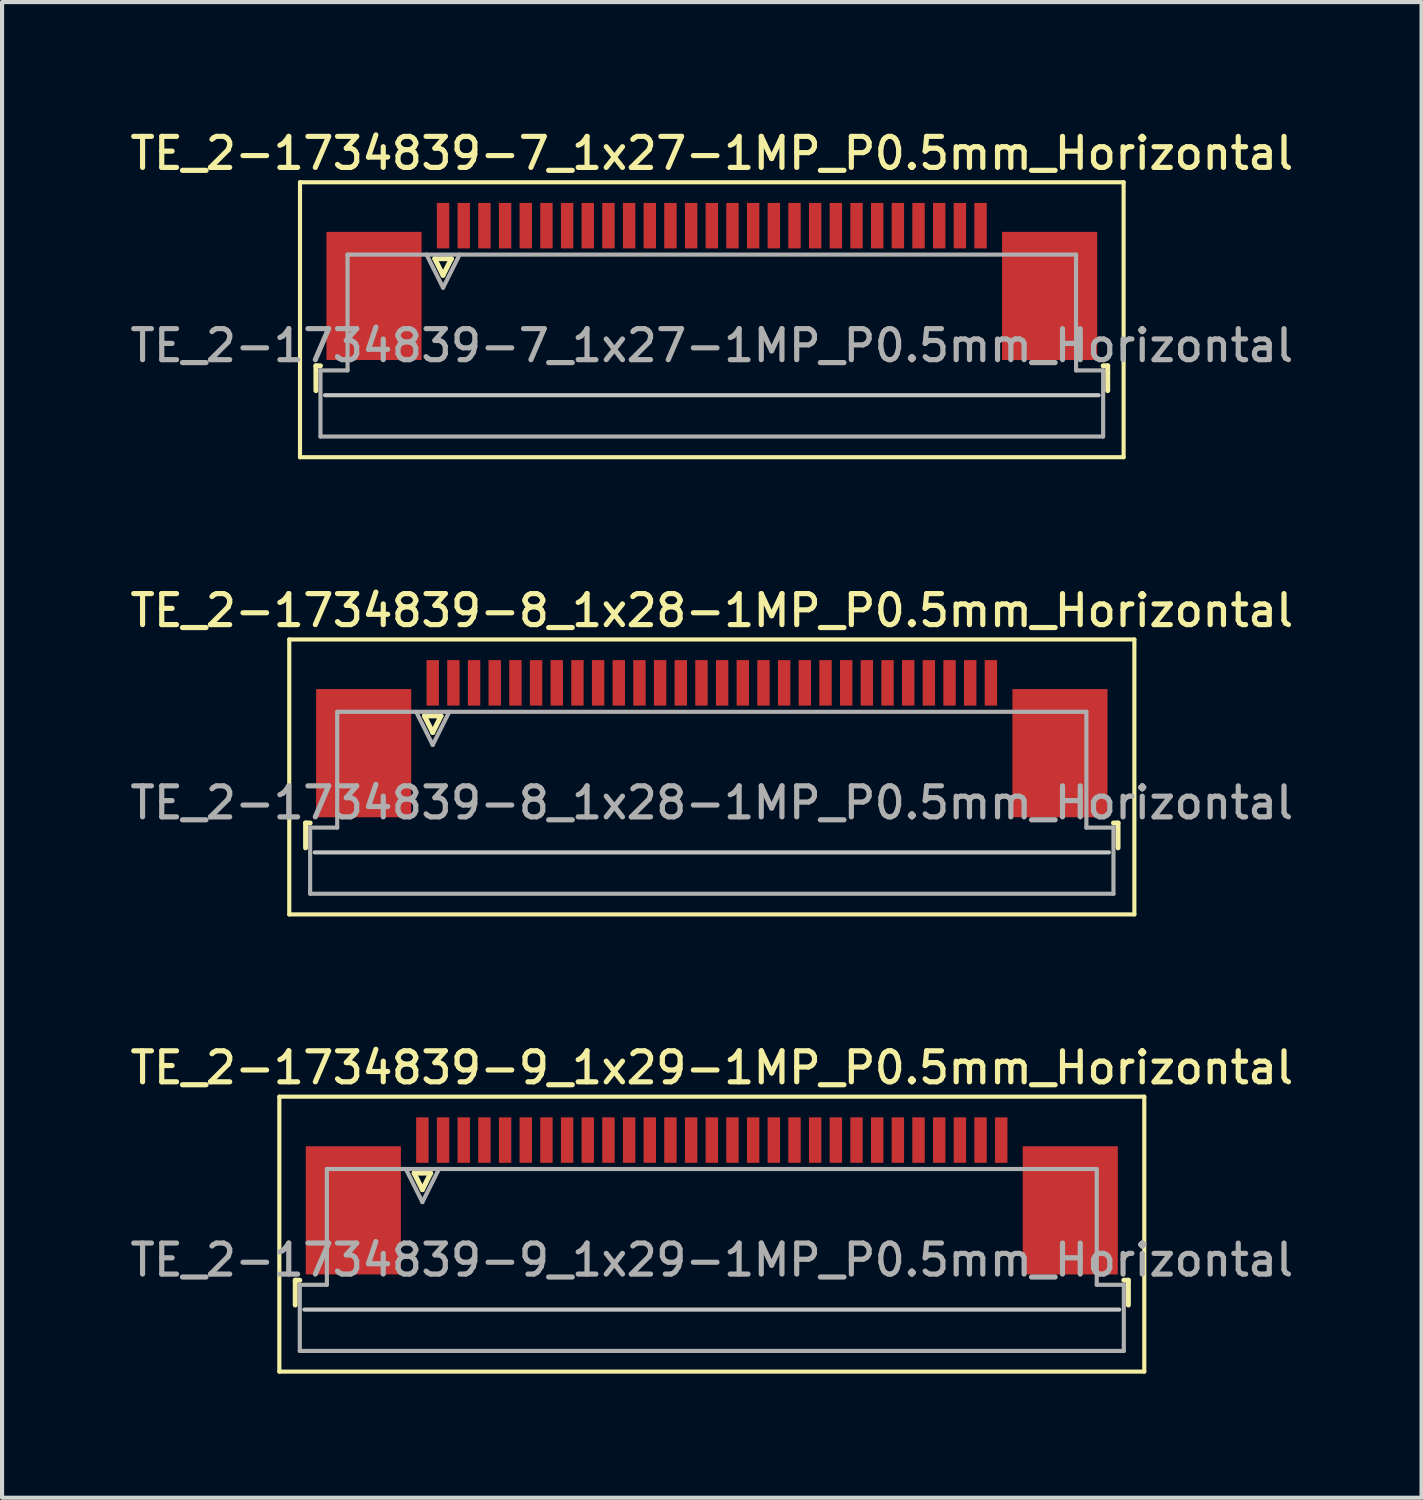
<source format=kicad_pcb>
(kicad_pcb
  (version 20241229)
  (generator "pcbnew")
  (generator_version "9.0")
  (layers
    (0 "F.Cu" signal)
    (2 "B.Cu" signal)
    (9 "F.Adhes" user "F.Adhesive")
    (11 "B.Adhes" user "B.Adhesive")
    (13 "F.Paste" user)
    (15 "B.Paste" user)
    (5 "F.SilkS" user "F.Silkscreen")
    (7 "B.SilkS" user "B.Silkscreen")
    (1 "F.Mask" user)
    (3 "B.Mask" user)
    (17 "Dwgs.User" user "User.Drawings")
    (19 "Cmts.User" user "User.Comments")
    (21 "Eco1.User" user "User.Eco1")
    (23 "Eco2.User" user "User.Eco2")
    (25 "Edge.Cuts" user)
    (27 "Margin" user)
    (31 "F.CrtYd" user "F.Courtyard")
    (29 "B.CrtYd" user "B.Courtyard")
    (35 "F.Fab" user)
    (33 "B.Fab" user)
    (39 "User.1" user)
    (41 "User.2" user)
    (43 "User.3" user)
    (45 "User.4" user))
  (footprint "TE_2-1734839-8_1x28-1MP_P0.5mm_Horizontal"
    (layer "F.Cu")
    (at 14.166 14.816)
    (property "Reference" "TE_2-1734839-8_1x28-1MP_P0.5mm_Horizontal" (at 0 -3.1 0) (layer "F.SilkS") (effects (font (size 0.75 0.75) (thickness 0.125))))
    (attr smd)
    (fp_line (start -10.22 -2.4) (end -10.22 4.25) (stroke (width 0.1) (type solid)) (layer "F.SilkS"))
    (fp_line (start -10.22 4.25) (end 10.22 4.25) (stroke (width 0.1) (type solid)) (layer "F.SilkS"))
    (fp_line (start -9.825 2.04) (end -9.825 2.64) (stroke (width 0.12) (type solid)) (layer "F.SilkS"))
    (fp_line (start -9.715 2.04) (end -9.825 2.04) (stroke (width 0.12) (type solid)) (layer "F.SilkS"))
    (fp_line (start -6.95 -0.55) (end -6.75 -0.15) (stroke (width 0.12) (type solid)) (layer "F.SilkS"))
    (fp_line (start -6.75 -0.15) (end -6.55 -0.55) (stroke (width 0.12) (type solid)) (layer "F.SilkS"))
    (fp_line (start -6.55 -0.55) (end -6.95 -0.55) (stroke (width 0.12) (type solid)) (layer "F.SilkS"))
    (fp_line (start 9.715 2.04) (end 9.825 2.04) (stroke (width 0.12) (type solid)) (layer "F.SilkS"))
    (fp_line (start 9.825 2.04) (end 9.825 2.64) (stroke (width 0.12) (type solid)) (layer "F.SilkS"))
    (fp_line (start 10.22 -2.4) (end -10.22 -2.4) (stroke (width 0.1) (type solid)) (layer "F.SilkS"))
    (fp_line (start 10.22 4.25) (end 10.22 -2.4) (stroke (width 0.1) (type solid)) (layer "F.SilkS"))
    (fp_line (start 9.605 2.75) (end -9.605 2.75) (stroke (width 0.1) (type solid)) (layer "Dwgs.User"))
    (fp_line (start -9.715 2.15) (end -9.06 2.15) (stroke (width 0.1) (type solid)) (layer "F.Fab"))
    (fp_line (start -9.715 3.75) (end -9.715 2.15) (stroke (width 0.1) (type solid)) (layer "F.Fab"))
    (fp_line (start -9.06 -0.65) (end 9.06 -0.65) (stroke (width 0.1) (type solid)) (layer "F.Fab"))
    (fp_line (start -9.06 2.15) (end -9.06 -0.65) (stroke (width 0.1) (type solid)) (layer "F.Fab"))
    (fp_line (start -7.15 -0.65) (end -6.75 0.15) (stroke (width 0.1) (type solid)) (layer "F.Fab"))
    (fp_line (start -6.75 0.15) (end -6.35 -0.65) (stroke (width 0.1) (type solid)) (layer "F.Fab"))
    (fp_line (start 9.06 -0.65) (end 9.06 2.15) (stroke (width 0.1) (type solid)) (layer "F.Fab"))
    (fp_line (start 9.06 2.15) (end 9.715 2.15) (stroke (width 0.1) (type solid)) (layer "F.Fab"))
    (fp_line (start 9.715 2.15) (end 9.715 3.75) (stroke (width 0.1) (type solid)) (layer "F.Fab"))
    (fp_line (start 9.715 3.75) (end -9.715 3.75) (stroke (width 0.1) (type solid)) (layer "F.Fab"))
    (fp_text user "${REFERENCE}" (at 0 1.55 0) (layer "F.Fab") (effects (font (size 0.75 0.75) (thickness 0.125))))
    (pad "1" smd rect (at -6.75 -1.35) (size 0.3 1.1) (layers "F.Cu" "F.Mask" "F.Paste"))
    (pad "2" smd rect (at -6.25 -1.35) (size 0.3 1.1) (layers "F.Cu" "F.Mask" "F.Paste"))
    (pad "3" smd rect (at -5.75 -1.35) (size 0.3 1.1) (layers "F.Cu" "F.Mask" "F.Paste"))
    (pad "4" smd rect (at -5.25 -1.35) (size 0.3 1.1) (layers "F.Cu" "F.Mask" "F.Paste"))
    (pad "5" smd rect (at -4.75 -1.35) (size 0.3 1.1) (layers "F.Cu" "F.Mask" "F.Paste"))
    (pad "6" smd rect (at -4.25 -1.35) (size 0.3 1.1) (layers "F.Cu" "F.Mask" "F.Paste"))
    (pad "7" smd rect (at -3.75 -1.35) (size 0.3 1.1) (layers "F.Cu" "F.Mask" "F.Paste"))
    (pad "8" smd rect (at -3.25 -1.35) (size 0.3 1.1) (layers "F.Cu" "F.Mask" "F.Paste"))
    (pad "9" smd rect (at -2.75 -1.35) (size 0.3 1.1) (layers "F.Cu" "F.Mask" "F.Paste"))
    (pad "10" smd rect (at -2.25 -1.35) (size 0.3 1.1) (layers "F.Cu" "F.Mask" "F.Paste"))
    (pad "11" smd rect (at -1.75 -1.35) (size 0.3 1.1) (layers "F.Cu" "F.Mask" "F.Paste"))
    (pad "12" smd rect (at -1.25 -1.35) (size 0.3 1.1) (layers "F.Cu" "F.Mask" "F.Paste"))
    (pad "13" smd rect (at -0.75 -1.35) (size 0.3 1.1) (layers "F.Cu" "F.Mask" "F.Paste"))
    (pad "14" smd rect (at -0.25 -1.35) (size 0.3 1.1) (layers "F.Cu" "F.Mask" "F.Paste"))
    (pad "15" smd rect (at 0.25 -1.35) (size 0.3 1.1) (layers "F.Cu" "F.Mask" "F.Paste"))
    (pad "16" smd rect (at 0.75 -1.35) (size 0.3 1.1) (layers "F.Cu" "F.Mask" "F.Paste"))
    (pad "17" smd rect (at 1.25 -1.35) (size 0.3 1.1) (layers "F.Cu" "F.Mask" "F.Paste"))
    (pad "18" smd rect (at 1.75 -1.35) (size 0.3 1.1) (layers "F.Cu" "F.Mask" "F.Paste"))
    (pad "19" smd rect (at 2.25 -1.35) (size 0.3 1.1) (layers "F.Cu" "F.Mask" "F.Paste"))
    (pad "20" smd rect (at 2.75 -1.35) (size 0.3 1.1) (layers "F.Cu" "F.Mask" "F.Paste"))
    (pad "21" smd rect (at 3.25 -1.35) (size 0.3 1.1) (layers "F.Cu" "F.Mask" "F.Paste"))
    (pad "22" smd rect (at 3.75 -1.35) (size 0.3 1.1) (layers "F.Cu" "F.Mask" "F.Paste"))
    (pad "23" smd rect (at 4.25 -1.35) (size 0.3 1.1) (layers "F.Cu" "F.Mask" "F.Paste"))
    (pad "24" smd rect (at 4.75 -1.35) (size 0.3 1.1) (layers "F.Cu" "F.Mask" "F.Paste"))
    (pad "25" smd rect (at 5.25 -1.35) (size 0.3 1.1) (layers "F.Cu" "F.Mask" "F.Paste"))
    (pad "26" smd rect (at 5.75 -1.35) (size 0.3 1.1) (layers "F.Cu" "F.Mask" "F.Paste"))
    (pad "27" smd rect (at 6.25 -1.35) (size 0.3 1.1) (layers "F.Cu" "F.Mask" "F.Paste"))
    (pad "28" smd rect (at 6.75 -1.35) (size 0.3 1.1) (layers "F.Cu" "F.Mask" "F.Paste"))
    (pad "MP" smd rect (at -8.42 0.35) (size 2.3 3.1) (layers "F.Cu" "F.Mask" "F.Paste"))
    (pad "MP" smd rect (at 8.42 0.35) (size 2.3 3.1) (layers "F.Cu" "F.Mask" "F.Paste")))
  (footprint "TE_2-1734839-9_1x29-1MP_P0.5mm_Horizontal"
    (layer "F.Cu")
    (at 14.166 25.874)
    (property "Reference" "TE_2-1734839-9_1x29-1MP_P0.5mm_Horizontal" (at 0 -3.1 0) (layer "F.SilkS") (effects (font (size 0.75 0.75) (thickness 0.125))))
    (attr smd)
    (fp_line (start -10.46 -2.4) (end -10.46 4.25) (stroke (width 0.1) (type solid)) (layer "F.SilkS"))
    (fp_line (start -10.46 4.25) (end 10.46 4.25) (stroke (width 0.1) (type solid)) (layer "F.SilkS"))
    (fp_line (start -10.075 2.04) (end -10.075 2.64) (stroke (width 0.12) (type solid)) (layer "F.SilkS"))
    (fp_line (start -9.965 2.04) (end -10.075 2.04) (stroke (width 0.12) (type solid)) (layer "F.SilkS"))
    (fp_line (start -7.2 -0.55) (end -7 -0.15) (stroke (width 0.12) (type solid)) (layer "F.SilkS"))
    (fp_line (start -7 -0.15) (end -6.8 -0.55) (stroke (width 0.12) (type solid)) (layer "F.SilkS"))
    (fp_line (start -6.8 -0.55) (end -7.2 -0.55) (stroke (width 0.12) (type solid)) (layer "F.SilkS"))
    (fp_line (start 9.965 2.04) (end 10.075 2.04) (stroke (width 0.12) (type solid)) (layer "F.SilkS"))
    (fp_line (start 10.075 2.04) (end 10.075 2.64) (stroke (width 0.12) (type solid)) (layer "F.SilkS"))
    (fp_line (start 10.46 -2.4) (end -10.46 -2.4) (stroke (width 0.1) (type solid)) (layer "F.SilkS"))
    (fp_line (start 10.46 4.25) (end 10.46 -2.4) (stroke (width 0.1) (type solid)) (layer "F.SilkS"))
    (fp_line (start 9.855 2.75) (end -9.855 2.75) (stroke (width 0.1) (type solid)) (layer "Dwgs.User"))
    (fp_line (start -9.965 2.15) (end -9.31 2.15) (stroke (width 0.1) (type solid)) (layer "F.Fab"))
    (fp_line (start -9.965 3.75) (end -9.965 2.15) (stroke (width 0.1) (type solid)) (layer "F.Fab"))
    (fp_line (start -9.31 -0.65) (end 9.31 -0.65) (stroke (width 0.1) (type solid)) (layer "F.Fab"))
    (fp_line (start -9.31 2.15) (end -9.31 -0.65) (stroke (width 0.1) (type solid)) (layer "F.Fab"))
    (fp_line (start -7.4 -0.65) (end -7 0.15) (stroke (width 0.1) (type solid)) (layer "F.Fab"))
    (fp_line (start -7 0.15) (end -6.6 -0.65) (stroke (width 0.1) (type solid)) (layer "F.Fab"))
    (fp_line (start 9.31 -0.65) (end 9.31 2.15) (stroke (width 0.1) (type solid)) (layer "F.Fab"))
    (fp_line (start 9.31 2.15) (end 9.965 2.15) (stroke (width 0.1) (type solid)) (layer "F.Fab"))
    (fp_line (start 9.965 2.15) (end 9.965 3.75) (stroke (width 0.1) (type solid)) (layer "F.Fab"))
    (fp_line (start 9.965 3.75) (end -9.965 3.75) (stroke (width 0.1) (type solid)) (layer "F.Fab"))
    (fp_text user "${REFERENCE}" (at 0 1.55 0) (layer "F.Fab") (effects (font (size 0.75 0.75) (thickness 0.125))))
    (pad "1" smd rect (at -7 -1.35) (size 0.3 1.1) (layers "F.Cu" "F.Mask" "F.Paste"))
    (pad "2" smd rect (at -6.5 -1.35) (size 0.3 1.1) (layers "F.Cu" "F.Mask" "F.Paste"))
    (pad "3" smd rect (at -6 -1.35) (size 0.3 1.1) (layers "F.Cu" "F.Mask" "F.Paste"))
    (pad "4" smd rect (at -5.5 -1.35) (size 0.3 1.1) (layers "F.Cu" "F.Mask" "F.Paste"))
    (pad "5" smd rect (at -5 -1.35) (size 0.3 1.1) (layers "F.Cu" "F.Mask" "F.Paste"))
    (pad "6" smd rect (at -4.5 -1.35) (size 0.3 1.1) (layers "F.Cu" "F.Mask" "F.Paste"))
    (pad "7" smd rect (at -4 -1.35) (size 0.3 1.1) (layers "F.Cu" "F.Mask" "F.Paste"))
    (pad "8" smd rect (at -3.5 -1.35) (size 0.3 1.1) (layers "F.Cu" "F.Mask" "F.Paste"))
    (pad "9" smd rect (at -3 -1.35) (size 0.3 1.1) (layers "F.Cu" "F.Mask" "F.Paste"))
    (pad "10" smd rect (at -2.5 -1.35) (size 0.3 1.1) (layers "F.Cu" "F.Mask" "F.Paste"))
    (pad "11" smd rect (at -2 -1.35) (size 0.3 1.1) (layers "F.Cu" "F.Mask" "F.Paste"))
    (pad "12" smd rect (at -1.5 -1.35) (size 0.3 1.1) (layers "F.Cu" "F.Mask" "F.Paste"))
    (pad "13" smd rect (at -1 -1.35) (size 0.3 1.1) (layers "F.Cu" "F.Mask" "F.Paste"))
    (pad "14" smd rect (at -0.5 -1.35) (size 0.3 1.1) (layers "F.Cu" "F.Mask" "F.Paste"))
    (pad "15" smd rect (at 0 -1.35) (size 0.3 1.1) (layers "F.Cu" "F.Mask" "F.Paste"))
    (pad "16" smd rect (at 0.5 -1.35) (size 0.3 1.1) (layers "F.Cu" "F.Mask" "F.Paste"))
    (pad "17" smd rect (at 1 -1.35) (size 0.3 1.1) (layers "F.Cu" "F.Mask" "F.Paste"))
    (pad "18" smd rect (at 1.5 -1.35) (size 0.3 1.1) (layers "F.Cu" "F.Mask" "F.Paste"))
    (pad "19" smd rect (at 2 -1.35) (size 0.3 1.1) (layers "F.Cu" "F.Mask" "F.Paste"))
    (pad "20" smd rect (at 2.5 -1.35) (size 0.3 1.1) (layers "F.Cu" "F.Mask" "F.Paste"))
    (pad "21" smd rect (at 3 -1.35) (size 0.3 1.1) (layers "F.Cu" "F.Mask" "F.Paste"))
    (pad "22" smd rect (at 3.5 -1.35) (size 0.3 1.1) (layers "F.Cu" "F.Mask" "F.Paste"))
    (pad "23" smd rect (at 4 -1.35) (size 0.3 1.1) (layers "F.Cu" "F.Mask" "F.Paste"))
    (pad "24" smd rect (at 4.5 -1.35) (size 0.3 1.1) (layers "F.Cu" "F.Mask" "F.Paste"))
    (pad "25" smd rect (at 5 -1.35) (size 0.3 1.1) (layers "F.Cu" "F.Mask" "F.Paste"))
    (pad "26" smd rect (at 5.5 -1.35) (size 0.3 1.1) (layers "F.Cu" "F.Mask" "F.Paste"))
    (pad "27" smd rect (at 6 -1.35) (size 0.3 1.1) (layers "F.Cu" "F.Mask" "F.Paste"))
    (pad "28" smd rect (at 6.5 -1.35) (size 0.3 1.1) (layers "F.Cu" "F.Mask" "F.Paste"))
    (pad "29" smd rect (at 7 -1.35) (size 0.3 1.1) (layers "F.Cu" "F.Mask" "F.Paste"))
    (pad "MP" smd rect (at -8.67 0.35) (size 2.3 3.1) (layers "F.Cu" "F.Mask" "F.Paste"))
    (pad "MP" smd rect (at 8.67 0.35) (size 2.3 3.1) (layers "F.Cu" "F.Mask" "F.Paste")))
  (footprint "TE_2-1734839-7_1x27-1MP_P0.5mm_Horizontal"
    (layer "F.Cu")
    (at 14.166 3.758)
    (property "Reference" "TE_2-1734839-7_1x27-1MP_P0.5mm_Horizontal" (at 0 -3.1 0) (layer "F.SilkS") (effects (font (size 0.75 0.75) (thickness 0.125))))
    (attr smd)
    (fp_line (start -9.96 -2.4) (end -9.96 4.25) (stroke (width 0.1) (type solid)) (layer "F.SilkS"))
    (fp_line (start -9.96 4.25) (end 9.96 4.25) (stroke (width 0.1) (type solid)) (layer "F.SilkS"))
    (fp_line (start -9.575 2.04) (end -9.575 2.64) (stroke (width 0.12) (type solid)) (layer "F.SilkS"))
    (fp_line (start -9.465 2.04) (end -9.575 2.04) (stroke (width 0.12) (type solid)) (layer "F.SilkS"))
    (fp_line (start -6.7 -0.55) (end -6.5 -0.15) (stroke (width 0.12) (type solid)) (layer "F.SilkS"))
    (fp_line (start -6.5 -0.15) (end -6.3 -0.55) (stroke (width 0.12) (type solid)) (layer "F.SilkS"))
    (fp_line (start -6.3 -0.55) (end -6.7 -0.55) (stroke (width 0.12) (type solid)) (layer "F.SilkS"))
    (fp_line (start 9.465 2.04) (end 9.575 2.04) (stroke (width 0.12) (type solid)) (layer "F.SilkS"))
    (fp_line (start 9.575 2.04) (end 9.575 2.64) (stroke (width 0.12) (type solid)) (layer "F.SilkS"))
    (fp_line (start 9.96 -2.4) (end -9.96 -2.4) (stroke (width 0.1) (type solid)) (layer "F.SilkS"))
    (fp_line (start 9.96 4.25) (end 9.96 -2.4) (stroke (width 0.1) (type solid)) (layer "F.SilkS"))
    (fp_line (start 9.355 2.75) (end -9.355 2.75) (stroke (width 0.1) (type solid)) (layer "Dwgs.User"))
    (fp_line (start -9.465 2.15) (end -8.81 2.15) (stroke (width 0.1) (type solid)) (layer "F.Fab"))
    (fp_line (start -9.465 3.75) (end -9.465 2.15) (stroke (width 0.1) (type solid)) (layer "F.Fab"))
    (fp_line (start -8.81 -0.65) (end 8.81 -0.65) (stroke (width 0.1) (type solid)) (layer "F.Fab"))
    (fp_line (start -8.81 2.15) (end -8.81 -0.65) (stroke (width 0.1) (type solid)) (layer "F.Fab"))
    (fp_line (start -6.9 -0.65) (end -6.5 0.15) (stroke (width 0.1) (type solid)) (layer "F.Fab"))
    (fp_line (start -6.5 0.15) (end -6.1 -0.65) (stroke (width 0.1) (type solid)) (layer "F.Fab"))
    (fp_line (start 8.81 -0.65) (end 8.81 2.15) (stroke (width 0.1) (type solid)) (layer "F.Fab"))
    (fp_line (start 8.81 2.15) (end 9.465 2.15) (stroke (width 0.1) (type solid)) (layer "F.Fab"))
    (fp_line (start 9.465 2.15) (end 9.465 3.75) (stroke (width 0.1) (type solid)) (layer "F.Fab"))
    (fp_line (start 9.465 3.75) (end -9.465 3.75) (stroke (width 0.1) (type solid)) (layer "F.Fab"))
    (fp_text user "${REFERENCE}" (at 0 1.55 0) (layer "F.Fab") (effects (font (size 0.75 0.75) (thickness 0.125))))
    (pad "1" smd rect (at -6.5 -1.35) (size 0.3 1.1) (layers "F.Cu" "F.Mask" "F.Paste"))
    (pad "2" smd rect (at -6 -1.35) (size 0.3 1.1) (layers "F.Cu" "F.Mask" "F.Paste"))
    (pad "3" smd rect (at -5.5 -1.35) (size 0.3 1.1) (layers "F.Cu" "F.Mask" "F.Paste"))
    (pad "4" smd rect (at -5 -1.35) (size 0.3 1.1) (layers "F.Cu" "F.Mask" "F.Paste"))
    (pad "5" smd rect (at -4.5 -1.35) (size 0.3 1.1) (layers "F.Cu" "F.Mask" "F.Paste"))
    (pad "6" smd rect (at -4 -1.35) (size 0.3 1.1) (layers "F.Cu" "F.Mask" "F.Paste"))
    (pad "7" smd rect (at -3.5 -1.35) (size 0.3 1.1) (layers "F.Cu" "F.Mask" "F.Paste"))
    (pad "8" smd rect (at -3 -1.35) (size 0.3 1.1) (layers "F.Cu" "F.Mask" "F.Paste"))
    (pad "9" smd rect (at -2.5 -1.35) (size 0.3 1.1) (layers "F.Cu" "F.Mask" "F.Paste"))
    (pad "10" smd rect (at -2 -1.35) (size 0.3 1.1) (layers "F.Cu" "F.Mask" "F.Paste"))
    (pad "11" smd rect (at -1.5 -1.35) (size 0.3 1.1) (layers "F.Cu" "F.Mask" "F.Paste"))
    (pad "12" smd rect (at -1 -1.35) (size 0.3 1.1) (layers "F.Cu" "F.Mask" "F.Paste"))
    (pad "13" smd rect (at -0.5 -1.35) (size 0.3 1.1) (layers "F.Cu" "F.Mask" "F.Paste"))
    (pad "14" smd rect (at 0 -1.35) (size 0.3 1.1) (layers "F.Cu" "F.Mask" "F.Paste"))
    (pad "15" smd rect (at 0.5 -1.35) (size 0.3 1.1) (layers "F.Cu" "F.Mask" "F.Paste"))
    (pad "16" smd rect (at 1 -1.35) (size 0.3 1.1) (layers "F.Cu" "F.Mask" "F.Paste"))
    (pad "17" smd rect (at 1.5 -1.35) (size 0.3 1.1) (layers "F.Cu" "F.Mask" "F.Paste"))
    (pad "18" smd rect (at 2 -1.35) (size 0.3 1.1) (layers "F.Cu" "F.Mask" "F.Paste"))
    (pad "19" smd rect (at 2.5 -1.35) (size 0.3 1.1) (layers "F.Cu" "F.Mask" "F.Paste"))
    (pad "20" smd rect (at 3 -1.35) (size 0.3 1.1) (layers "F.Cu" "F.Mask" "F.Paste"))
    (pad "21" smd rect (at 3.5 -1.35) (size 0.3 1.1) (layers "F.Cu" "F.Mask" "F.Paste"))
    (pad "22" smd rect (at 4 -1.35) (size 0.3 1.1) (layers "F.Cu" "F.Mask" "F.Paste"))
    (pad "23" smd rect (at 4.5 -1.35) (size 0.3 1.1) (layers "F.Cu" "F.Mask" "F.Paste"))
    (pad "24" smd rect (at 5 -1.35) (size 0.3 1.1) (layers "F.Cu" "F.Mask" "F.Paste"))
    (pad "25" smd rect (at 5.5 -1.35) (size 0.3 1.1) (layers "F.Cu" "F.Mask" "F.Paste"))
    (pad "26" smd rect (at 6 -1.35) (size 0.3 1.1) (layers "F.Cu" "F.Mask" "F.Paste"))
    (pad "27" smd rect (at 6.5 -1.35) (size 0.3 1.1) (layers "F.Cu" "F.Mask" "F.Paste"))
    (pad "MP" smd rect (at -8.17 0.35) (size 2.3 3.1) (layers "F.Cu" "F.Mask" "F.Paste"))
    (pad "MP" smd rect (at 8.17 0.35) (size 2.3 3.1) (layers "F.Cu" "F.Mask" "F.Paste")))
  (gr_rect
    (start -3 -3)
    (end 31.332 33.174)
    (stroke (width 0.1) (type default))
    (fill no)
    (layer "Edge.Cuts")))
</source>
